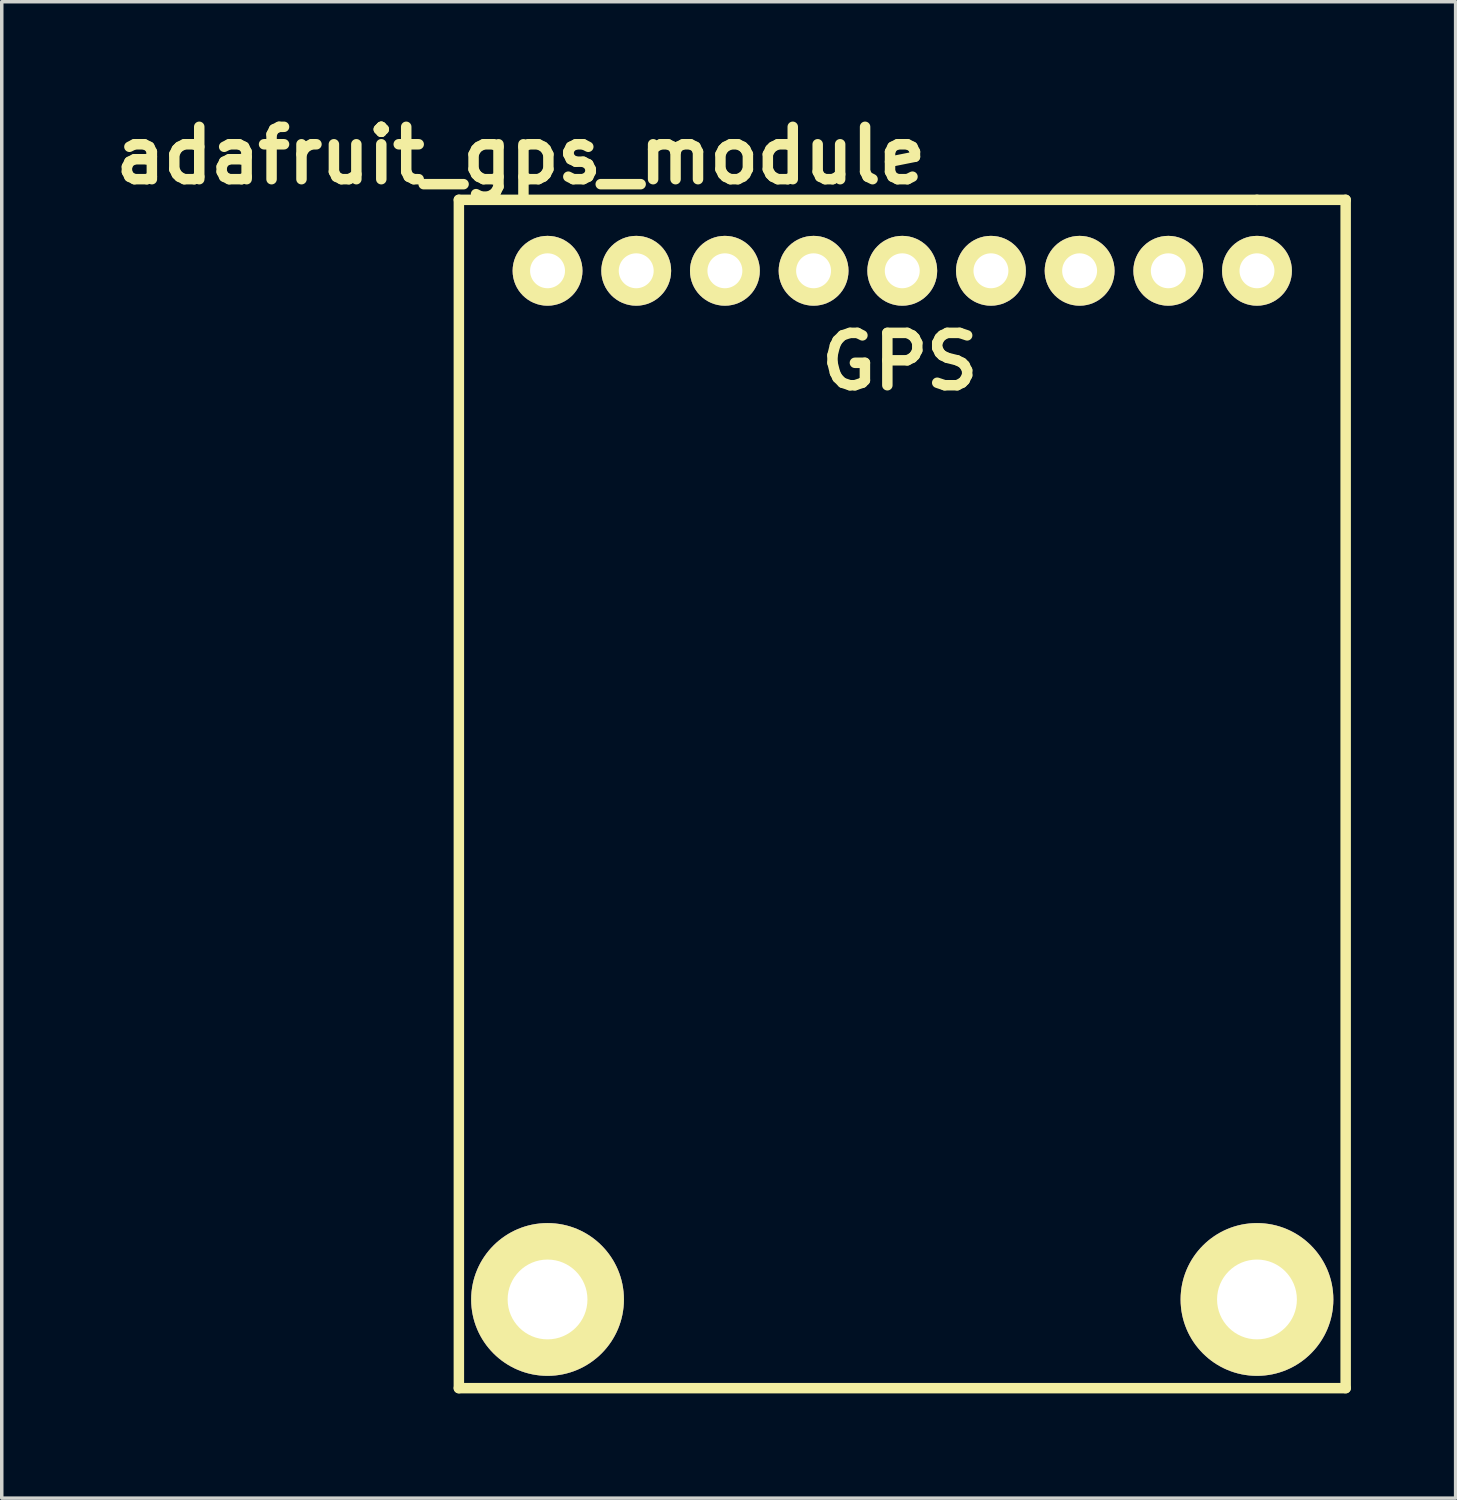
<source format=kicad_pcb>
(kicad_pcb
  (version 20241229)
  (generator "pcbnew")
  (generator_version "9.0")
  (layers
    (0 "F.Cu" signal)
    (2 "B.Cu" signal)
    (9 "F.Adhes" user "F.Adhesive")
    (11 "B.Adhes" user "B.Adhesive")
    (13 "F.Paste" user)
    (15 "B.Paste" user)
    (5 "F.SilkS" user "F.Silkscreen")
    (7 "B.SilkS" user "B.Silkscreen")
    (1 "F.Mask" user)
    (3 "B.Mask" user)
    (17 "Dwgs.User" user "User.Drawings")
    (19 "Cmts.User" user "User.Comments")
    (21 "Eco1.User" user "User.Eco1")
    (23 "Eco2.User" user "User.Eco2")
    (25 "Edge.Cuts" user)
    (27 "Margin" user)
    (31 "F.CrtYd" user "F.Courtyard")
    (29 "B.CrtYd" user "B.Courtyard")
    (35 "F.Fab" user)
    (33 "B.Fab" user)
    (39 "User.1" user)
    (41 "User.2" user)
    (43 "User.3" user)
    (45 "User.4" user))
  (footprint "adafruit_gps_module"
    (layer "F.Cu")
    (at 7.023 4.706)
    (property "Reference" "adafruit_gps_module" (at 4.848 -3.302 0) (layer "F.SilkS") (effects (font (size 1.5 1.5) (thickness 0.3))))
    (attr through_hole)
    (fp_line (start 3.07 -2.032) (end 3.07 32.004) (stroke (width 0.3) (type solid)) (layer "F.SilkS"))
    (fp_line (start 3.07 -2.032) (end 25.93 -2.032) (stroke (width 0.3) (type solid)) (layer "F.SilkS"))
    (fp_line (start 3.07 32.004) (end 28.47 32.004) (stroke (width 0.3) (type solid)) (layer "F.SilkS"))
    (fp_line (start 25.93 -2.032) (end 28.47 -2.032) (stroke (width 0.3) (type solid)) (layer "F.SilkS"))
    (fp_line (start 28.47 32.004) (end 28.47 -2.032) (stroke (width 0.3) (type solid)) (layer "F.SilkS"))
    (fp_text user "GPS" (at 15.7 2.6 0) (layer "F.SilkS") (effects (font (size 1.5 1.5) (thickness 0.3))))
    (pad "" thru_hole circle (at 5.61 29.464) (size 4.375 4.375) (drill 2.286) (layers "*.Cu" "*.Mask" "F.SilkS"))
    (pad "" thru_hole circle (at 25.93 29.464) (size 4.375 4.375) (drill 2.286) (layers "*.Cu" "*.Mask" "F.SilkS"))
    (pad "1" thru_hole circle (at 5.61 0) (size 2 2) (drill 1) (layers "*.Cu" "*.Mask" "F.SilkS"))
    (pad "2" thru_hole circle (at 8.15 0) (size 2 2) (drill 1) (layers "*.Cu" "*.Mask" "F.SilkS"))
    (pad "3" thru_hole circle (at 10.69 0) (size 2 2) (drill 1) (layers "*.Cu" "*.Mask" "F.SilkS"))
    (pad "4" thru_hole circle (at 13.23 0) (size 2 2) (drill 1) (layers "*.Cu" "*.Mask" "F.SilkS"))
    (pad "5" thru_hole circle (at 15.77 0) (size 2 2) (drill 1) (layers "*.Cu" "*.Mask" "F.SilkS"))
    (pad "6" thru_hole circle (at 18.31 0) (size 2 2) (drill 1) (layers "*.Cu" "*.Mask" "F.SilkS"))
    (pad "7" thru_hole circle (at 20.85 0) (size 2 2) (drill 1) (layers "*.Cu" "*.Mask" "F.SilkS"))
    (pad "8" thru_hole circle (at 23.39 0) (size 2 2) (drill 1) (layers "*.Cu" "*.Mask" "F.SilkS"))
    (pad "9" thru_hole circle (at 25.93 0) (size 2 2) (drill 1) (layers "*.Cu" "*.Mask" "F.SilkS")))
  (gr_rect
    (start -3 -3)
    (end 38.643 39.86)
    (stroke (width 0.1) (type default))
    (fill no)
    (layer "Edge.Cuts")))
</source>
